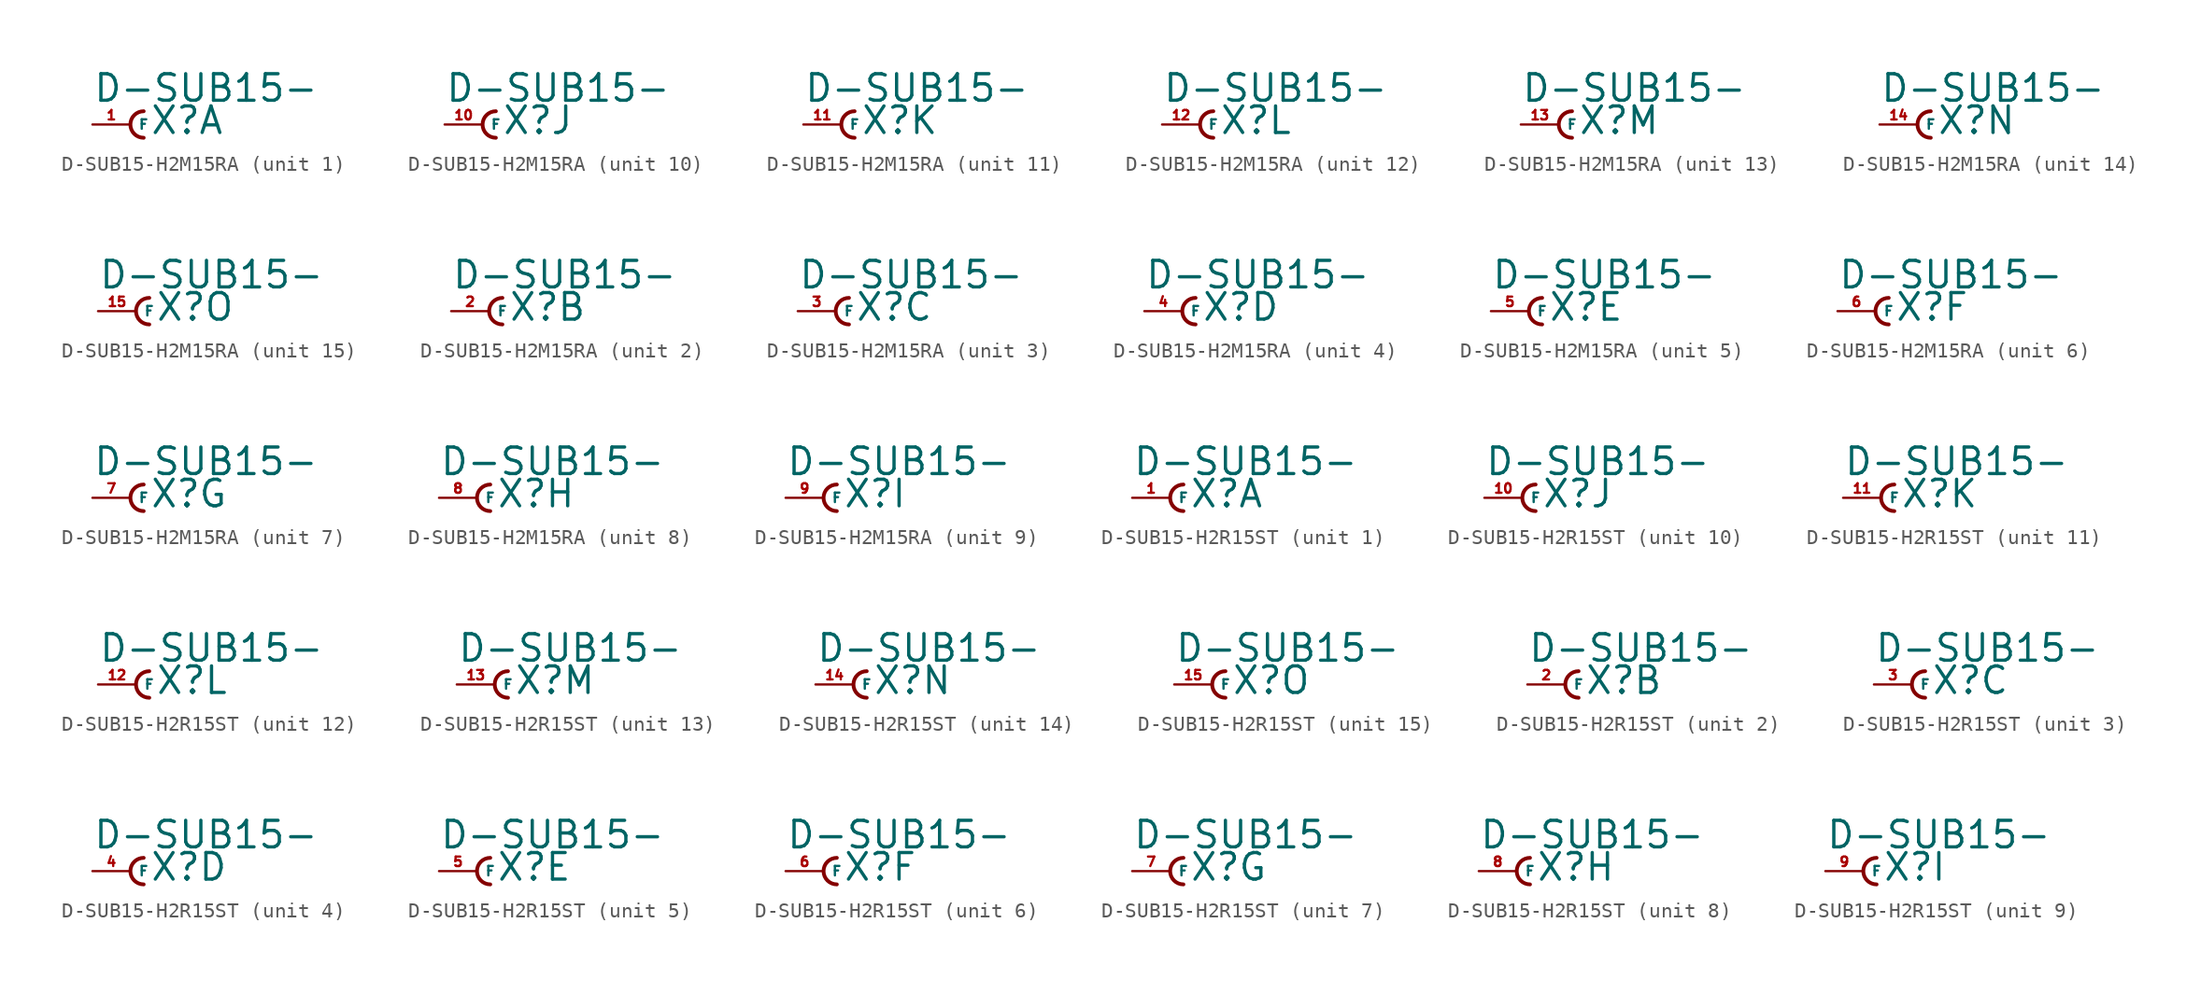
<source format=kicad_sym>
(kicad_symbol_lib
  (version 20220914)
  (generator Eagle2Kicad)
  (symbol "D-SUB15-H2M15RA"
    (property "Reference" "X"
      (at 1.27 -0.762 0)
      (effects (font (size 1.778 1.778) (thickness 0.22)) (justify left bottom)))
    (property "Value" "D-SUB15-"
      (at -2.54 1.397 0)
      (effects (font (size 1.778 1.778) (thickness 0.22)) (justify left bottom)))
    (symbol "D-SUB15-H2M15RA_1_0"
      (arc (start 0.889 0.889) (mid 0.000 0.000) (end 0.889 -0.889) (stroke (width 0.254) (type default)) (fill (type none)))
      (pin passive line (at -2.54 0 0) (length 2.54) (name "F" (effects (font (size 0.635 0.635) (thickness 0.08)) (justify left bottom))) (number "1" (effects (font (size 0.635 0.635) (thickness 0.08)) (justify left bottom)))))
    (symbol "D-SUB15-H2M15RA_2_0"
      (arc (start 0.889 0.889) (mid 0.000 0.000) (end 0.889 -0.889) (stroke (width 0.254) (type default)) (fill (type none)))
      (pin passive line (at -2.54 0 0) (length 2.54) (name "F" (effects (font (size 0.635 0.635) (thickness 0.08)) (justify left bottom))) (number "2" (effects (font (size 0.635 0.635) (thickness 0.08)) (justify left bottom)))))
    (symbol "D-SUB15-H2M15RA_3_0"
      (arc (start 0.889 0.889) (mid 0.000 0.000) (end 0.889 -0.889) (stroke (width 0.254) (type default)) (fill (type none)))
      (pin passive line (at -2.54 0 0) (length 2.54) (name "F" (effects (font (size 0.635 0.635) (thickness 0.08)) (justify left bottom))) (number "3" (effects (font (size 0.635 0.635) (thickness 0.08)) (justify left bottom)))))
    (symbol "D-SUB15-H2M15RA_4_0"
      (arc (start 0.889 0.889) (mid 0.000 0.000) (end 0.889 -0.889) (stroke (width 0.254) (type default)) (fill (type none)))
      (pin passive line (at -2.54 0 0) (length 2.54) (name "F" (effects (font (size 0.635 0.635) (thickness 0.08)) (justify left bottom))) (number "4" (effects (font (size 0.635 0.635) (thickness 0.08)) (justify left bottom)))))
    (symbol "D-SUB15-H2M15RA_5_0"
      (arc (start 0.889 0.889) (mid 0.000 0.000) (end 0.889 -0.889) (stroke (width 0.254) (type default)) (fill (type none)))
      (pin passive line (at -2.54 0 0) (length 2.54) (name "F" (effects (font (size 0.635 0.635) (thickness 0.08)) (justify left bottom))) (number "5" (effects (font (size 0.635 0.635) (thickness 0.08)) (justify left bottom)))))
    (symbol "D-SUB15-H2M15RA_6_0"
      (arc (start 0.889 0.889) (mid 0.000 0.000) (end 0.889 -0.889) (stroke (width 0.254) (type default)) (fill (type none)))
      (pin passive line (at -2.54 0 0) (length 2.54) (name "F" (effects (font (size 0.635 0.635) (thickness 0.08)) (justify left bottom))) (number "6" (effects (font (size 0.635 0.635) (thickness 0.08)) (justify left bottom)))))
    (symbol "D-SUB15-H2M15RA_7_0"
      (arc (start 0.889 0.889) (mid 0.000 0.000) (end 0.889 -0.889) (stroke (width 0.254) (type default)) (fill (type none)))
      (pin passive line (at -2.54 0 0) (length 2.54) (name "F" (effects (font (size 0.635 0.635) (thickness 0.08)) (justify left bottom))) (number "7" (effects (font (size 0.635 0.635) (thickness 0.08)) (justify left bottom)))))
    (symbol "D-SUB15-H2M15RA_8_0"
      (arc (start 0.889 0.889) (mid 0.000 0.000) (end 0.889 -0.889) (stroke (width 0.254) (type default)) (fill (type none)))
      (pin passive line (at -2.54 0 0) (length 2.54) (name "F" (effects (font (size 0.635 0.635) (thickness 0.08)) (justify left bottom))) (number "8" (effects (font (size 0.635 0.635) (thickness 0.08)) (justify left bottom)))))
    (symbol "D-SUB15-H2M15RA_9_0"
      (arc (start 0.889 0.889) (mid 0.000 0.000) (end 0.889 -0.889) (stroke (width 0.254) (type default)) (fill (type none)))
      (pin passive line (at -2.54 0 0) (length 2.54) (name "F" (effects (font (size 0.635 0.635) (thickness 0.08)) (justify left bottom))) (number "9" (effects (font (size 0.635 0.635) (thickness 0.08)) (justify left bottom)))))
    (symbol "D-SUB15-H2M15RA_10_0"
      (arc (start 0.889 0.889) (mid 0.000 0.000) (end 0.889 -0.889) (stroke (width 0.254) (type default)) (fill (type none)))
      (pin passive line (at -2.54 0 0) (length 2.54) (name "F" (effects (font (size 0.635 0.635) (thickness 0.08)) (justify left bottom))) (number "10" (effects (font (size 0.635 0.635) (thickness 0.08)) (justify left bottom)))))
    (symbol "D-SUB15-H2M15RA_11_0"
      (arc (start 0.889 0.889) (mid 0.000 0.000) (end 0.889 -0.889) (stroke (width 0.254) (type default)) (fill (type none)))
      (pin passive line (at -2.54 0 0) (length 2.54) (name "F" (effects (font (size 0.635 0.635) (thickness 0.08)) (justify left bottom))) (number "11" (effects (font (size 0.635 0.635) (thickness 0.08)) (justify left bottom)))))
    (symbol "D-SUB15-H2M15RA_12_0"
      (arc (start 0.889 0.889) (mid 0.000 0.000) (end 0.889 -0.889) (stroke (width 0.254) (type default)) (fill (type none)))
      (pin passive line (at -2.54 0 0) (length 2.54) (name "F" (effects (font (size 0.635 0.635) (thickness 0.08)) (justify left bottom))) (number "12" (effects (font (size 0.635 0.635) (thickness 0.08)) (justify left bottom)))))
    (symbol "D-SUB15-H2M15RA_13_0"
      (arc (start 0.889 0.889) (mid 0.000 0.000) (end 0.889 -0.889) (stroke (width 0.254) (type default)) (fill (type none)))
      (pin passive line (at -2.54 0 0) (length 2.54) (name "F" (effects (font (size 0.635 0.635) (thickness 0.08)) (justify left bottom))) (number "13" (effects (font (size 0.635 0.635) (thickness 0.08)) (justify left bottom)))))
    (symbol "D-SUB15-H2M15RA_14_0"
      (arc (start 0.889 0.889) (mid 0.000 0.000) (end 0.889 -0.889) (stroke (width 0.254) (type default)) (fill (type none)))
      (pin passive line (at -2.54 0 0) (length 2.54) (name "F" (effects (font (size 0.635 0.635) (thickness 0.08)) (justify left bottom))) (number "14" (effects (font (size 0.635 0.635) (thickness 0.08)) (justify left bottom)))))
    (symbol "D-SUB15-H2M15RA_15_0"
      (arc (start 0.889 0.889) (mid 0.000 0.000) (end 0.889 -0.889) (stroke (width 0.254) (type default)) (fill (type none)))
      (pin passive line (at -2.54 0 0) (length 2.54) (name "F" (effects (font (size 0.635 0.635) (thickness 0.08)) (justify left bottom))) (number "15" (effects (font (size 0.635 0.635) (thickness 0.08)) (justify left bottom))))))
  (symbol "D-SUB15-H2R15ST"
    (property "Reference" "X"
      (at 1.27 -0.762 0)
      (effects (font (size 1.778 1.778) (thickness 0.22)) (justify left bottom)))
    (property "Value" "D-SUB15-"
      (at -2.54 1.397 0)
      (effects (font (size 1.778 1.778) (thickness 0.22)) (justify left bottom)))
    (symbol "D-SUB15-H2R15ST_1_0"
      (arc (start 0.889 0.889) (mid 0.000 0.000) (end 0.889 -0.889) (stroke (width 0.254) (type default)) (fill (type none)))
      (pin passive line (at -2.54 0 0) (length 2.54) (name "F" (effects (font (size 0.635 0.635) (thickness 0.08)) (justify left bottom))) (number "1" (effects (font (size 0.635 0.635) (thickness 0.08)) (justify left bottom)))))
    (symbol "D-SUB15-H2R15ST_2_0"
      (arc (start 0.889 0.889) (mid 0.000 0.000) (end 0.889 -0.889) (stroke (width 0.254) (type default)) (fill (type none)))
      (pin passive line (at -2.54 0 0) (length 2.54) (name "F" (effects (font (size 0.635 0.635) (thickness 0.08)) (justify left bottom))) (number "2" (effects (font (size 0.635 0.635) (thickness 0.08)) (justify left bottom)))))
    (symbol "D-SUB15-H2R15ST_3_0"
      (arc (start 0.889 0.889) (mid 0.000 0.000) (end 0.889 -0.889) (stroke (width 0.254) (type default)) (fill (type none)))
      (pin passive line (at -2.54 0 0) (length 2.54) (name "F" (effects (font (size 0.635 0.635) (thickness 0.08)) (justify left bottom))) (number "3" (effects (font (size 0.635 0.635) (thickness 0.08)) (justify left bottom)))))
    (symbol "D-SUB15-H2R15ST_4_0"
      (arc (start 0.889 0.889) (mid 0.000 0.000) (end 0.889 -0.889) (stroke (width 0.254) (type default)) (fill (type none)))
      (pin passive line (at -2.54 0 0) (length 2.54) (name "F" (effects (font (size 0.635 0.635) (thickness 0.08)) (justify left bottom))) (number "4" (effects (font (size 0.635 0.635) (thickness 0.08)) (justify left bottom)))))
    (symbol "D-SUB15-H2R15ST_5_0"
      (arc (start 0.889 0.889) (mid 0.000 0.000) (end 0.889 -0.889) (stroke (width 0.254) (type default)) (fill (type none)))
      (pin passive line (at -2.54 0 0) (length 2.54) (name "F" (effects (font (size 0.635 0.635) (thickness 0.08)) (justify left bottom))) (number "5" (effects (font (size 0.635 0.635) (thickness 0.08)) (justify left bottom)))))
    (symbol "D-SUB15-H2R15ST_6_0"
      (arc (start 0.889 0.889) (mid 0.000 0.000) (end 0.889 -0.889) (stroke (width 0.254) (type default)) (fill (type none)))
      (pin passive line (at -2.54 0 0) (length 2.54) (name "F" (effects (font (size 0.635 0.635) (thickness 0.08)) (justify left bottom))) (number "6" (effects (font (size 0.635 0.635) (thickness 0.08)) (justify left bottom)))))
    (symbol "D-SUB15-H2R15ST_7_0"
      (arc (start 0.889 0.889) (mid 0.000 0.000) (end 0.889 -0.889) (stroke (width 0.254) (type default)) (fill (type none)))
      (pin passive line (at -2.54 0 0) (length 2.54) (name "F" (effects (font (size 0.635 0.635) (thickness 0.08)) (justify left bottom))) (number "7" (effects (font (size 0.635 0.635) (thickness 0.08)) (justify left bottom)))))
    (symbol "D-SUB15-H2R15ST_8_0"
      (arc (start 0.889 0.889) (mid 0.000 0.000) (end 0.889 -0.889) (stroke (width 0.254) (type default)) (fill (type none)))
      (pin passive line (at -2.54 0 0) (length 2.54) (name "F" (effects (font (size 0.635 0.635) (thickness 0.08)) (justify left bottom))) (number "8" (effects (font (size 0.635 0.635) (thickness 0.08)) (justify left bottom)))))
    (symbol "D-SUB15-H2R15ST_9_0"
      (arc (start 0.889 0.889) (mid 0.000 0.000) (end 0.889 -0.889) (stroke (width 0.254) (type default)) (fill (type none)))
      (pin passive line (at -2.54 0 0) (length 2.54) (name "F" (effects (font (size 0.635 0.635) (thickness 0.08)) (justify left bottom))) (number "9" (effects (font (size 0.635 0.635) (thickness 0.08)) (justify left bottom)))))
    (symbol "D-SUB15-H2R15ST_10_0"
      (arc (start 0.889 0.889) (mid 0.000 0.000) (end 0.889 -0.889) (stroke (width 0.254) (type default)) (fill (type none)))
      (pin passive line (at -2.54 0 0) (length 2.54) (name "F" (effects (font (size 0.635 0.635) (thickness 0.08)) (justify left bottom))) (number "10" (effects (font (size 0.635 0.635) (thickness 0.08)) (justify left bottom)))))
    (symbol "D-SUB15-H2R15ST_11_0"
      (arc (start 0.889 0.889) (mid 0.000 0.000) (end 0.889 -0.889) (stroke (width 0.254) (type default)) (fill (type none)))
      (pin passive line (at -2.54 0 0) (length 2.54) (name "F" (effects (font (size 0.635 0.635) (thickness 0.08)) (justify left bottom))) (number "11" (effects (font (size 0.635 0.635) (thickness 0.08)) (justify left bottom)))))
    (symbol "D-SUB15-H2R15ST_12_0"
      (arc (start 0.889 0.889) (mid 0.000 0.000) (end 0.889 -0.889) (stroke (width 0.254) (type default)) (fill (type none)))
      (pin passive line (at -2.54 0 0) (length 2.54) (name "F" (effects (font (size 0.635 0.635) (thickness 0.08)) (justify left bottom))) (number "12" (effects (font (size 0.635 0.635) (thickness 0.08)) (justify left bottom)))))
    (symbol "D-SUB15-H2R15ST_13_0"
      (arc (start 0.889 0.889) (mid 0.000 0.000) (end 0.889 -0.889) (stroke (width 0.254) (type default)) (fill (type none)))
      (pin passive line (at -2.54 0 0) (length 2.54) (name "F" (effects (font (size 0.635 0.635) (thickness 0.08)) (justify left bottom))) (number "13" (effects (font (size 0.635 0.635) (thickness 0.08)) (justify left bottom)))))
    (symbol "D-SUB15-H2R15ST_14_0"
      (arc (start 0.889 0.889) (mid 0.000 0.000) (end 0.889 -0.889) (stroke (width 0.254) (type default)) (fill (type none)))
      (pin passive line (at -2.54 0 0) (length 2.54) (name "F" (effects (font (size 0.635 0.635) (thickness 0.08)) (justify left bottom))) (number "14" (effects (font (size 0.635 0.635) (thickness 0.08)) (justify left bottom)))))
    (symbol "D-SUB15-H2R15ST_15_0"
      (arc (start 0.889 0.889) (mid 0.000 0.000) (end 0.889 -0.889) (stroke (width 0.254) (type default)) (fill (type none)))
      (pin passive line (at -2.54 0 0) (length 2.54) (name "F" (effects (font (size 0.635 0.635) (thickness 0.08)) (justify left bottom))) (number "15" (effects (font (size 0.635 0.635) (thickness 0.08)) (justify left bottom)))))))
</source>
